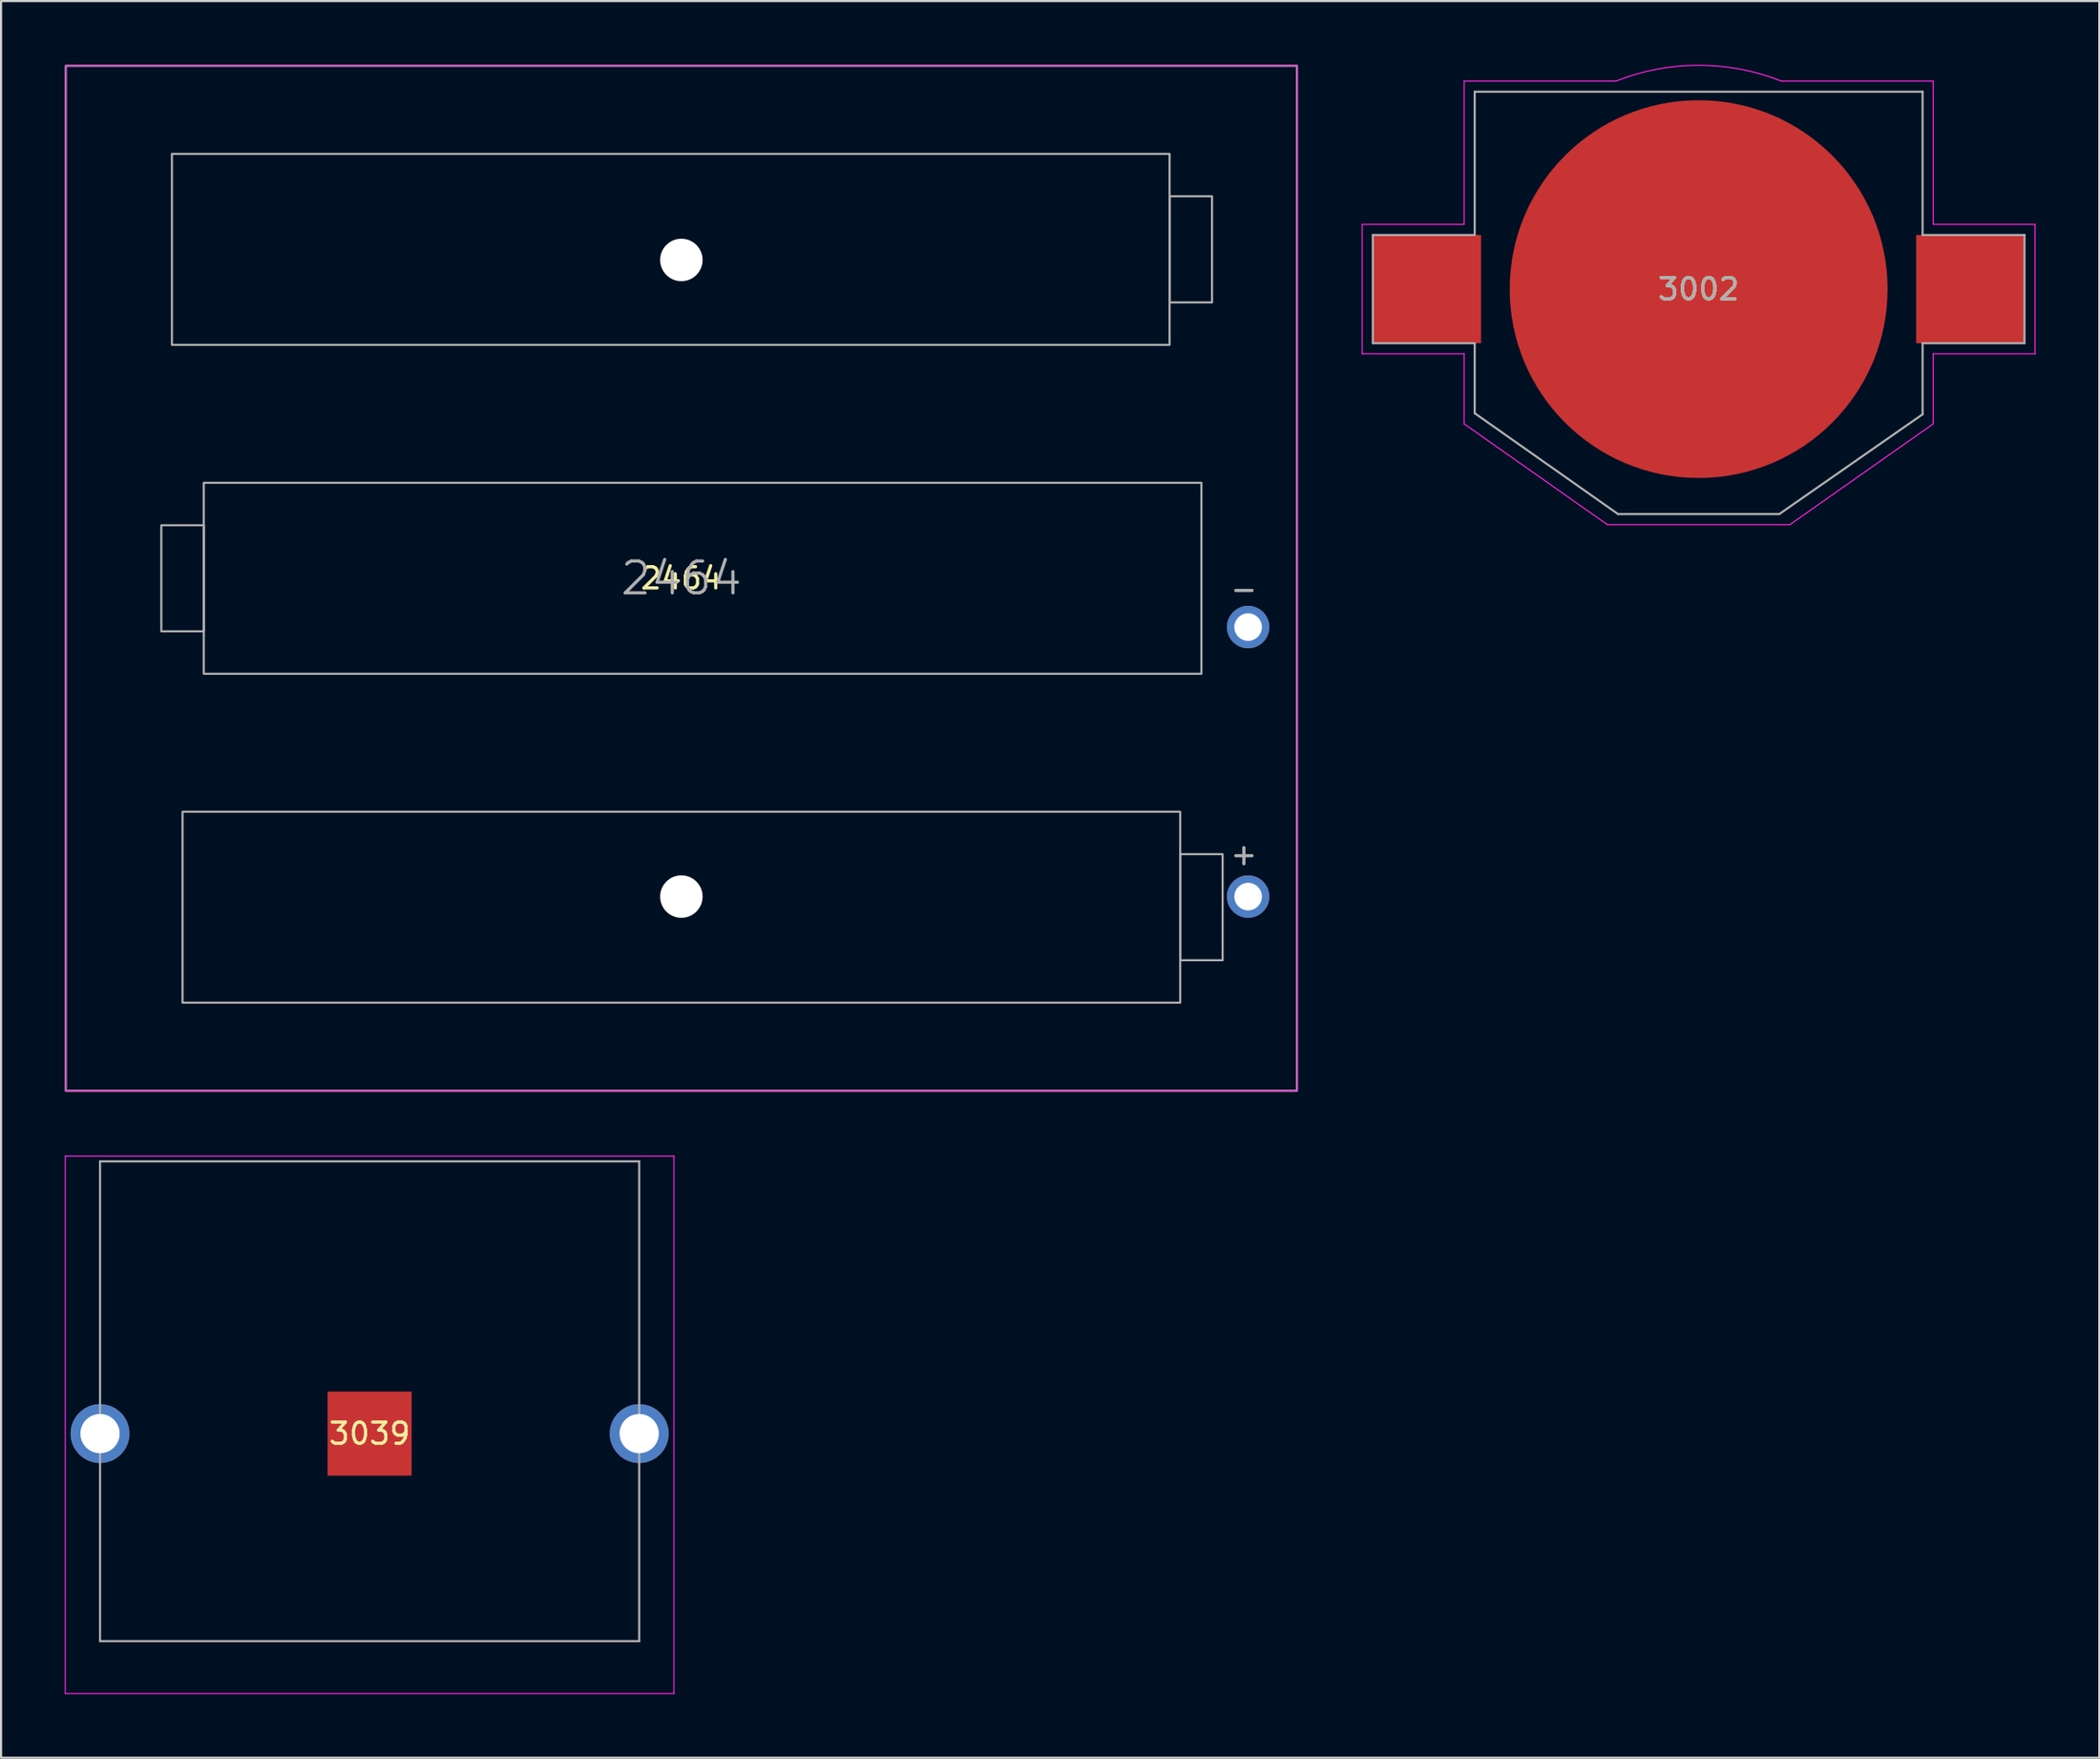
<source format=kicad_pcb>
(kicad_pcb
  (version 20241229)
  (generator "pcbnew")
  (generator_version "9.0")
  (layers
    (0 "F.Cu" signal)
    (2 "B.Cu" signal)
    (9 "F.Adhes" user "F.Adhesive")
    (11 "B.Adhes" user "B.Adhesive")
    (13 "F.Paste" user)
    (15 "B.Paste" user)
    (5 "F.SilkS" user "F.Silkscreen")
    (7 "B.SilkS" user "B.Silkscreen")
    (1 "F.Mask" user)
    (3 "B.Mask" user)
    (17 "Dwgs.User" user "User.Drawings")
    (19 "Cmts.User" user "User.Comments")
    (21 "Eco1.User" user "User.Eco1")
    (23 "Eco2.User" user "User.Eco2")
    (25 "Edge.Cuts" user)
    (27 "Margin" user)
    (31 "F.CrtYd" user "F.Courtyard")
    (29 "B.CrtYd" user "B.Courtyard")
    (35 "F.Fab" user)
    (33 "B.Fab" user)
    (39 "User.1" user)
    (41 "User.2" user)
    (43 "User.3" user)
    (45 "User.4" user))
  (footprint "3002"
    (layer "F.Cu")
    (at 76.975 10.573)
    (property "Reference" "3002" (at 0 0 0) (layer "F.SilkS") (effects (font (size 1 1) (thickness 0.15))))
    (attr smd)
    (fp_line (start -15.85 -3.05) (end -11.05 -3.05) (stroke (width 0.05) (type solid)) (layer "F.CrtYd"))
    (fp_line (start -15.85 3.05) (end -15.85 -3.05) (stroke (width 0.05) (type solid)) (layer "F.CrtYd"))
    (fp_line (start -11.05 -9.8) (end -3.9 -9.8) (stroke (width 0.05) (type solid)) (layer "F.CrtYd"))
    (fp_line (start -11.05 -3.05) (end -11.05 -9.8) (stroke (width 0.05) (type solid)) (layer "F.CrtYd"))
    (fp_line (start -11.05 3.05) (end -15.85 3.05) (stroke (width 0.05) (type solid)) (layer "F.CrtYd"))
    (fp_line (start -11.05 6.35) (end -11.05 3.05) (stroke (width 0.05) (type solid)) (layer "F.CrtYd"))
    (fp_line (start -4.3 11.1) (end -11.05 6.35) (stroke (width 0.05) (type solid)) (layer "F.CrtYd"))
    (fp_line (start 4.3 11.1) (end -4.3 11.1) (stroke (width 0.05) (type solid)) (layer "F.CrtYd"))
    (fp_line (start 11.05 -9.8) (end 3.9 -9.8) (stroke (width 0.05) (type solid)) (layer "F.CrtYd"))
    (fp_line (start 11.05 -9.8) (end 11.05 -3.05) (stroke (width 0.05) (type solid)) (layer "F.CrtYd"))
    (fp_line (start 11.05 -3.05) (end 15.85 -3.05) (stroke (width 0.05) (type solid)) (layer "F.CrtYd"))
    (fp_line (start 11.05 3.05) (end 11.05 6.35) (stroke (width 0.05) (type solid)) (layer "F.CrtYd"))
    (fp_line (start 11.05 6.35) (end 4.3 11.1) (stroke (width 0.05) (type solid)) (layer "F.CrtYd"))
    (fp_line (start 15.85 -3.05) (end 15.85 3.05) (stroke (width 0.05) (type solid)) (layer "F.CrtYd"))
    (fp_line (start 15.85 3.05) (end 11.05 3.05) (stroke (width 0.05) (type solid)) (layer "F.CrtYd"))
    (fp_arc (start -3.9 -9.8) (mid 0 -10.547512) (end 3.9 -9.8) (stroke (width 0.05) (type solid)) (layer "F.CrtYd"))
    (fp_line (start -15.35 -2.55) (end -15.35 2.55) (stroke (width 0.1) (type solid)) (layer "F.Fab"))
    (fp_line (start -15.35 -2.55) (end -10.55 -2.55) (stroke (width 0.1) (type solid)) (layer "F.Fab"))
    (fp_line (start -15.35 2.55) (end -10.55 2.55) (stroke (width 0.1) (type solid)) (layer "F.Fab"))
    (fp_line (start -10.55 -2.55) (end -10.55 -9.3) (stroke (width 0.1) (type solid)) (layer "F.Fab"))
    (fp_line (start -10.55 2.55) (end -10.55 5.85) (stroke (width 0.1) (type solid)) (layer "F.Fab"))
    (fp_line (start -10.55 5.85) (end -3.8 10.6) (stroke (width 0.1) (type solid)) (layer "F.Fab"))
    (fp_line (start -3.8 10.6) (end 3.8 10.6) (stroke (width 0.1) (type solid)) (layer "F.Fab"))
    (fp_line (start 10.55 -9.3) (end -10.55 -9.3) (stroke (width 0.1) (type solid)) (layer "F.Fab"))
    (fp_line (start 10.55 -2.55) (end 10.55 -9.3) (stroke (width 0.1) (type solid)) (layer "F.Fab"))
    (fp_line (start 10.55 2.55) (end 10.55 5.9) (stroke (width 0.1) (type solid)) (layer "F.Fab"))
    (fp_line (start 10.55 2.55) (end 15.35 2.55) (stroke (width 0.1) (type solid)) (layer "F.Fab"))
    (fp_line (start 10.55 5.9) (end 3.8 10.6) (stroke (width 0.1) (type solid)) (layer "F.Fab"))
    (fp_line (start 15.35 -2.55) (end 10.55 -2.55) (stroke (width 0.1) (type solid)) (layer "F.Fab"))
    (fp_line (start 15.35 2.55) (end 15.35 -2.55) (stroke (width 0.1) (type solid)) (layer "F.Fab"))
    (fp_text user "${REFERENCE}" (at 0 0 0) (layer "F.Fab") (effects (font (size 1 1) (thickness 0.15))))
    (pad "1" smd rect (at -12.8 0) (size 5.1 5.1) (layers "F.Cu" "F.Mask" "F.Paste"))
    (pad "1" smd rect (at 12.8 0) (size 5.1 5.1) (layers "F.Cu" "F.Mask" "F.Paste"))
    (pad "2" smd circle (at 0 0) (size 17.8 17.8) (layers "F.Cu" "F.Mask")))
  (footprint "3039"
    (layer "F.Cu")
    (at 14.363 64.505)
    (property "Reference" "3039" (at 0 0 0) (layer "F.SilkS") (effects (font (size 1 1) (thickness 0.15))))
    (attr through_hole)
    (fp_line (start -14.338 -13.08) (end -14.338 12.25) (stroke (width 0.05) (type solid)) (layer "F.CrtYd"))
    (fp_line (start -14.338 12.25) (end 14.338 12.25) (stroke (width 0.05) (type solid)) (layer "F.CrtYd"))
    (fp_line (start 14.338 -13.08) (end -14.338 -13.08) (stroke (width 0.05) (type solid)) (layer "F.CrtYd"))
    (fp_line (start 14.338 12.25) (end 14.338 -13.08) (stroke (width 0.05) (type solid)) (layer "F.CrtYd"))
    (fp_line (start -12.7 -12.83) (end 12.7 -12.83) (stroke (width 0.1) (type solid)) (layer "F.Fab"))
    (fp_line (start -12.7 9.78) (end -12.7 -12.83) (stroke (width 0.1) (type solid)) (layer "F.Fab"))
    (fp_line (start 12.7 -12.83) (end 12.7 9.78) (stroke (width 0.1) (type solid)) (layer "F.Fab"))
    (fp_line (start 12.7 9.78) (end -12.7 9.78) (stroke (width 0.1) (type solid)) (layer "F.Fab"))
    (pad "1" thru_hole circle (at -12.7 0) (size 2.775 2.775) (drill 1.85) (layers "*.Cu" "*.Mask"))
    (pad "1" thru_hole circle (at 12.7 0) (size 2.775 2.775) (drill 1.85) (layers "*.Cu" "*.Mask"))
    (pad "2" smd rect (at 0 0) (size 3.96 3.96) (layers "F.Cu" "F.Mask")))
  (footprint "2464"
    (layer "F.Cu")
    (at 29.05 24.2)
    (property "Reference" "2464" (at 0 0 0) (unlocked yes) (layer "F.SilkS") (effects (font (size 1 1) (thickness 0.15))))
    (attr through_hole)
    (fp_rect (start -29 -24.15) (end 29 24.15) (stroke (width 0.05) (type default)) (fill no) (layer "F.CrtYd"))
    (fp_rect (start -29 -24.15) (end 29 24.15) (stroke (width 0.1) (type default)) (fill no) (layer "F.Fab"))
    (fp_rect (start -24.5 -2.5) (end -22.5 2.5) (stroke (width 0.1) (type default)) (fill no) (layer "F.Fab"))
    (fp_rect (start -24 -20) (end 23 -11) (stroke (width 0.1) (type default)) (fill no) (layer "F.Fab"))
    (fp_rect (start -23.5 11) (end 23.5 20) (stroke (width 0.1) (type default)) (fill no) (layer "F.Fab"))
    (fp_rect (start -22.5 -4.5) (end 24.5 4.5) (stroke (width 0.1) (type default)) (fill no) (layer "F.Fab"))
    (fp_rect (start 23 -18) (end 25 -13) (stroke (width 0.1) (type default)) (fill no) (layer "F.Fab"))
    (fp_rect (start 23.5 13) (end 25.5 18) (stroke (width 0.1) (type default)) (fill no) (layer "F.Fab"))
    (fp_text user "${REFERENCE}" (at 0 0 0) (unlocked yes) (layer "F.Fab") (effects (font (size 1.5 1.5) (thickness 0.15))))
    (fp_text user "+" (at 26.5 13 0) (unlocked yes) (layer "F.Fab") (effects (font (size 1 1) (thickness 0.15))))
    (fp_text user "-" (at 26.5 0.5 0) (unlocked yes) (layer "F.Fab") (effects (font (size 1 1) (thickness 0.15))))
    (pad "" np_thru_hole circle (at 0 -15) (size 2 2) (drill 3.5) (layers "*.Cu" "*.Mask"))
    (pad "" np_thru_hole circle (at 0 15) (size 2 2) (drill 3.5) (layers "*.Cu" "*.Mask"))
    (pad "1" thru_hole circle (at 26.7 15) (size 2 2) (drill 1.3) (layers "*.Cu" "*.Mask"))
    (pad "2" thru_hole circle (at 26.7 2.3) (size 2 2) (drill 1.3) (layers "*.Cu" "*.Mask")))
  (gr_rect
    (start -3 -3)
    (end 95.85 79.78)
    (stroke (width 0.1) (type default))
    (fill no)
    (layer "Edge.Cuts")))
</source>
